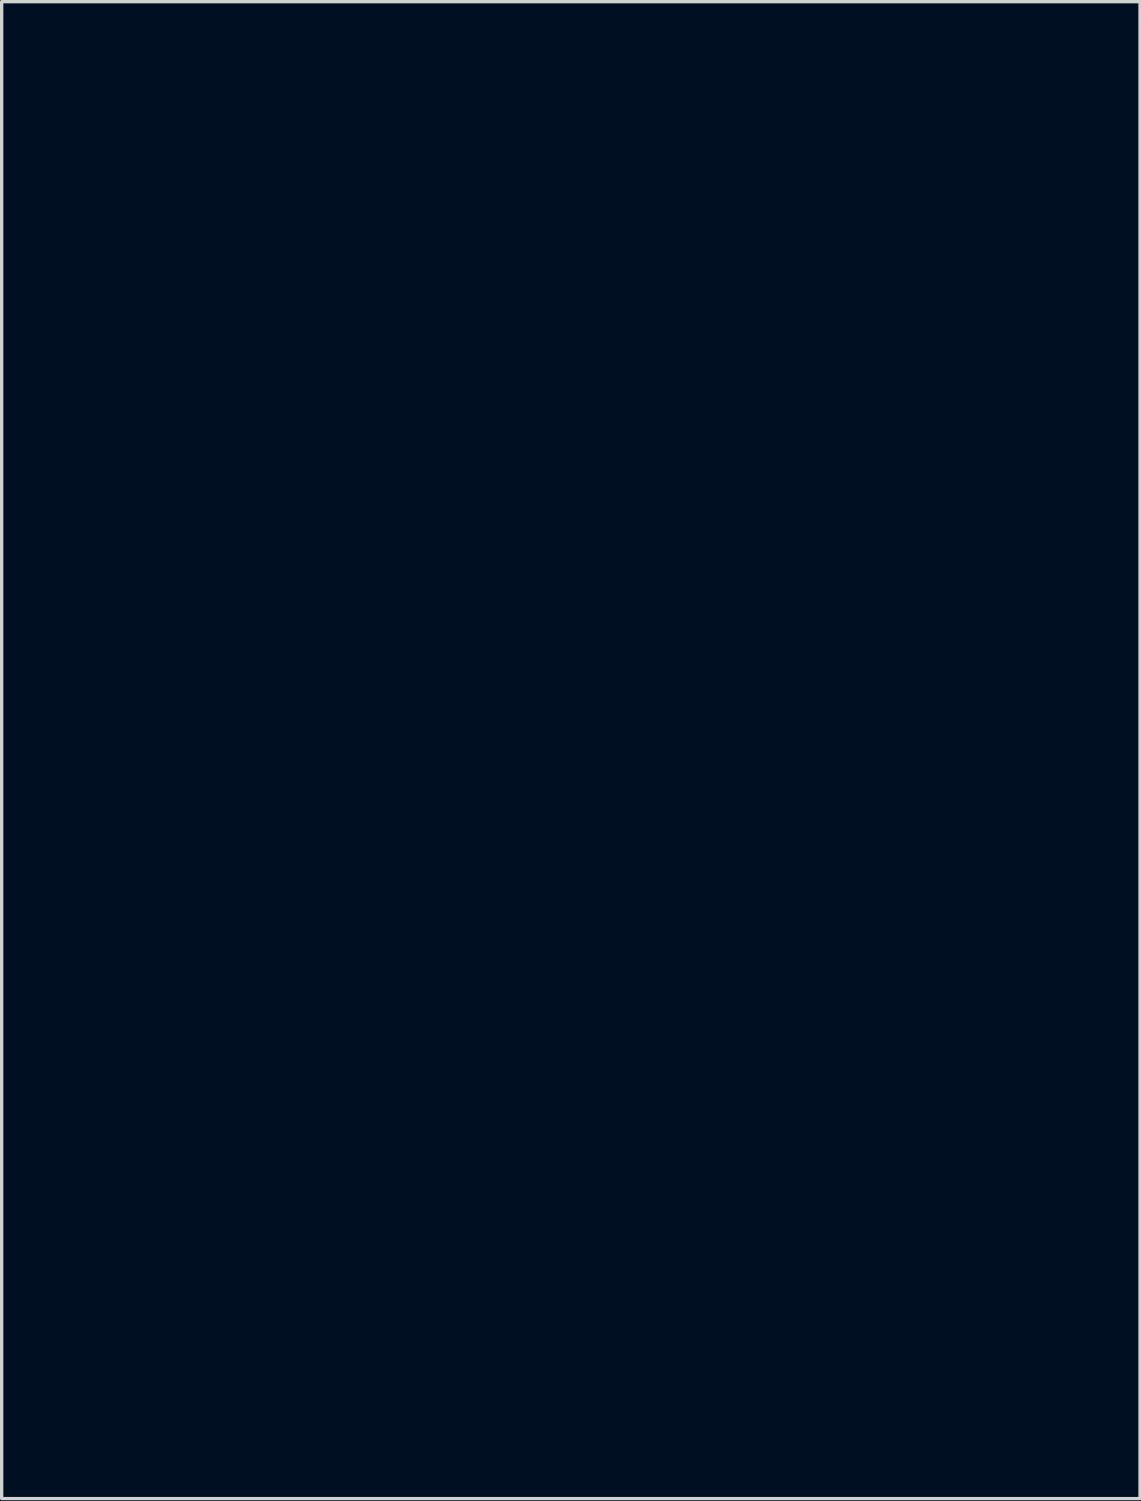
<source format=kicad_pcb>
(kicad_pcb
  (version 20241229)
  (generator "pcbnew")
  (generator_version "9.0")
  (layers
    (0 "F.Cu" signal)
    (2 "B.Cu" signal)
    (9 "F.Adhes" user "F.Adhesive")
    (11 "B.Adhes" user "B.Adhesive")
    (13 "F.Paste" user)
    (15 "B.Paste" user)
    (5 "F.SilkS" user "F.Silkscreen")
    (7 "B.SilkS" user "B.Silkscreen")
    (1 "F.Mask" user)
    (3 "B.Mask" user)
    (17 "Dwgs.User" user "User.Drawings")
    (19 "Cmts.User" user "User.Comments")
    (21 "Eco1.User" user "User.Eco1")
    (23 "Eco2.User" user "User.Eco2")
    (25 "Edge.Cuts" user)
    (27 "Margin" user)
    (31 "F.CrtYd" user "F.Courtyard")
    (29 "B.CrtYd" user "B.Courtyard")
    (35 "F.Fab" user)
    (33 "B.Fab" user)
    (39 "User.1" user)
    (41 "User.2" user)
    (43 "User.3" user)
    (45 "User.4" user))
  (footprint "logo_silver_bk"
    (layer "F.Cu")
    (at 8.562 19.241)
    (property "Reference" "logo_silver_bk" (at 0 0 0) (layer "F.Mask") (effects (font (size 1.524 1.524) (thickness 0.3))))
    (attr board_only exclude_from_pos_files exclude_from_bom)
    (fp_poly (pts (xy -8.538 -19.014) (xy -8.55 -19.002) (xy -8.562 -19.014) (xy -8.55 -19.026)) (stroke (width 0) (type solid)) (fill yes) (layer "F.Mask"))
    (fp_poly (pts (xy -8.229 -19.062) (xy -8.241 -19.05) (xy -8.253 -19.062) (xy -8.241 -19.074)) (stroke (width 0) (type solid)) (fill yes) (layer "F.Mask"))
    (fp_poly (pts (xy -7.634 -19.133) (xy -7.646 -19.121) (xy -7.658 -19.133) (xy -7.646 -19.145)) (stroke (width 0) (type solid)) (fill yes) (layer "F.Mask"))
    (fp_poly (pts (xy -7.325 -19.157) (xy -7.337 -19.145) (xy -7.349 -19.157) (xy -7.337 -19.169)) (stroke (width 0) (type solid)) (fill yes) (layer "F.Mask"))
    (fp_poly (pts (xy -6.945 -19.181) (xy -6.956 -19.169) (xy -6.968 -19.181) (xy -6.956 -19.193)) (stroke (width 0) (type solid)) (fill yes) (layer "F.Mask"))
    (fp_poly (pts (xy -6.588 14.829) (xy -6.6 14.84) (xy -6.612 14.829) (xy -6.6 14.817)) (stroke (width 0) (type solid)) (fill yes) (layer "F.Mask"))
    (fp_poly (pts (xy -6.516 14.519) (xy -6.528 14.531) (xy -6.54 14.519) (xy -6.528 14.507)) (stroke (width 0) (type solid)) (fill yes) (layer "F.Mask"))
    (fp_poly (pts (xy -6.398 12.783) (xy -6.409 12.795) (xy -6.421 12.783) (xy -6.409 12.771)) (stroke (width 0) (type solid)) (fill yes) (layer "F.Mask"))
    (fp_poly (pts (xy -4.055 19.645) (xy -5.268 19.645) (xy -4.965 19.341) (xy -4.661 19.038)) (stroke (width 0) (type solid)) (fill yes) (layer "F.Mask"))
    (fp_poly (pts (xy -2.997 -13.663) (xy -3.009 -13.651) (xy -3.02 -13.663) (xy -3.009 -13.675)) (stroke (width 0) (type solid)) (fill yes) (layer "F.Mask"))
    (fp_poly (pts (xy 1.849 19.341) (xy 2.152 19.645) (xy 0.94 19.645) (xy 1.546 19.038)) (stroke (width 0) (type solid)) (fill yes) (layer "F.Mask"))
    (fp_poly (pts (xy 12.082 -12.022) (xy 12.07 -12.01) (xy 12.058 -12.022) (xy 12.07 -12.034)) (stroke (width 0) (type solid)) (fill yes) (layer "F.Mask"))
    (fp_poly (pts (xy 12.343 -13.402) (xy 12.331 -13.39) (xy 12.319 -13.402) (xy 12.331 -13.413)) (stroke (width 0) (type solid)) (fill yes) (layer "F.Mask"))
    (fp_poly (pts (xy 1.439 11.035) (xy 0.701 11.772) (xy -0.375 10.696) (xy -1.451 9.62) (xy -0.713 8.883)) (stroke (width 0) (type solid)) (fill yes) (layer "F.Mask"))
    (fp_poly (pts (xy 1.439 17.242) (xy 0.701 17.98) (xy -0.375 16.903) (xy -1.451 15.827) (xy -0.713 15.09)) (stroke (width 0) (type solid)) (fill yes) (layer "F.Mask"))
    (fp_poly (pts (xy -3.092 18.919) (xy -2.367 19.645) (xy -3.842 19.645) (xy -4.554 18.931) (xy -4.185 18.562) (xy -3.817 18.194)) (stroke (width 0) (type solid)) (fill yes) (layer "F.Mask"))
    (fp_poly (pts (xy -2.267 -13.025) (xy -2.264 -12.997) (xy -2.267 -12.993) (xy -2.281 -12.997) (xy -2.283 -13.009) (xy -2.274 -13.029)) (stroke (width 0) (type solid)) (fill yes) (layer "F.Mask"))
    (fp_poly (pts (xy -1.665 15.828) (xy -2.741 16.904) (xy -3.818 17.98) (xy -4.554 17.242) (xy -3.478 16.166) (xy -2.402 15.09)) (stroke (width 0) (type solid)) (fill yes) (layer "F.Mask"))
    (fp_poly (pts (xy 1.07 18.562) (xy 1.438 18.931) (xy 0.726 19.645) (xy -0.749 19.645) (xy -0.024 18.919) (xy 0.701 18.194)) (stroke (width 0) (type solid)) (fill yes) (layer "F.Mask"))
    (fp_poly (pts (xy 5.387 14.983) (xy 5.018 15.352) (xy 4.649 15.721) (xy 4.281 15.352) (xy 3.913 14.983) (xy 4.649 14.246)) (stroke (width 0) (type solid)) (fill yes) (layer "F.Mask"))
    (fp_poly (pts (xy 6.556 18.511) (xy 6.559 18.539) (xy 6.556 18.543) (xy 6.542 18.539) (xy 6.54 18.527) (xy 6.549 18.507)) (stroke (width 0) (type solid)) (fill yes) (layer "F.Mask"))
    (fp_poly (pts (xy 8.555 -11.882) (xy 8.548 -11.871) (xy 8.524 -11.869) (xy 8.499 -11.875) (xy 8.51 -11.884) (xy 8.547 -11.887)) (stroke (width 0) (type solid)) (fill yes) (layer "F.Mask"))
    (fp_poly (pts (xy 10.743 -12.001) (xy 10.736 -11.99) (xy 10.712 -11.988) (xy 10.687 -11.994) (xy 10.698 -12.003) (xy 10.735 -12.006)) (stroke (width 0) (type solid)) (fill yes) (layer "F.Mask"))
    (fp_poly (pts (xy -1.189 14.614) (xy -0.821 14.983) (xy -1.189 15.352) (xy -1.558 15.721) (xy -1.926 15.352) (xy -2.294 14.983) (xy -1.558 14.246)) (stroke (width 0) (type solid)) (fill yes) (layer "F.Mask"))
    (fp_poly (pts (xy 3.116 18.919) (xy 3.841 19.645) (xy 2.366 19.645) (xy 2.01 19.288) (xy 1.653 18.931) (xy 2.022 18.562) (xy 2.39 18.194)) (stroke (width 0) (type solid)) (fill yes) (layer "F.Mask"))
    (fp_poly (pts (xy 10.889 -12.191) (xy 10.914 -12.167) (xy 10.909 -12.153) (xy 10.906 -12.153) (xy 10.886 -12.17) (xy 10.878 -12.18) (xy 10.876 -12.197)) (stroke (width 0) (type solid)) (fill yes) (layer "F.Mask"))
    (fp_poly (pts (xy 11.918 -11.955) (xy 11.934 -11.916) (xy 11.932 -11.9) (xy 11.916 -11.909) (xy 11.906 -11.928) (xy 11.893 -11.973) (xy 11.898 -11.982)) (stroke (width 0) (type solid)) (fill yes) (layer "F.Mask"))
    (fp_poly (pts (xy -4.227 6.881) (xy -4.226 6.889) (xy -4.263 6.892) (xy -4.269 6.892) (xy -4.306 6.889) (xy -4.302 6.882) (xy -4.298 6.881) (xy -4.246 6.877)) (stroke (width 0) (type solid)) (fill yes) (layer "F.Mask"))
    (fp_poly (pts (xy 5.813 15.165) (xy 5.853 15.276) (xy 5.885 15.369) (xy 5.907 15.438) (xy 5.914 15.472) (xy 5.914 15.475) (xy 5.902 15.46) (xy 5.88 15.41) (xy 5.853 15.336) (xy 5.853 15.336) (xy 5.781 15.183) (xy 5.704 15.087) (xy 5.606 14.987) (xy 5.654 14.926) (xy 5.702 14.866)) (stroke (width 0) (type solid)) (fill yes) (layer "F.Mask"))
    (fp_poly (pts (xy 6.536 18.597) (xy 6.537 18.661) (xy 6.539 18.758) (xy 6.54 18.883) (xy 6.54 19.029) (xy 6.54 19.109) (xy 6.54 19.645) (xy 5.459 19.645) (xy 5.993 19.109) (xy 6.124 18.979) (xy 6.243 18.86) (xy 6.347 18.757) (xy 6.432 18.673) (xy 6.494 18.612) (xy 6.528 18.579) (xy 6.534 18.574)) (stroke (width 0) (type solid)) (fill yes) (layer "F.Mask"))
    (fp_poly (pts (xy -4.293 17.718) (xy -3.924 18.086) (xy -4.287 18.449) (xy -4.394 18.556) (xy -4.489 18.65) (xy -4.568 18.727) (xy -4.626 18.782) (xy -4.658 18.81) (xy -4.661 18.812) (xy -4.681 18.796) (xy -4.729 18.751) (xy -4.801 18.682) (xy -4.891 18.594) (xy -4.994 18.491) (xy -5.036 18.449) (xy -5.399 18.086) (xy -4.661 17.35)) (stroke (width 0) (type solid)) (fill yes) (layer "F.Mask"))
    (fp_poly (pts (xy -4.293 11.511) (xy -3.924 11.879) (xy -4.287 12.242) (xy -4.394 12.349) (xy -4.489 12.443) (xy -4.568 12.52) (xy -4.626 12.575) (xy -4.658 12.602) (xy -4.661 12.605) (xy -4.681 12.589) (xy -4.729 12.544) (xy -4.801 12.475) (xy -4.891 12.387) (xy -4.994 12.284) (xy -5.036 12.242) (xy -5.399 11.879) (xy -5.03 11.511) (xy -4.661 11.143)) (stroke (width 0) (type solid)) (fill yes) (layer "F.Mask"))
    (fp_poly (pts (xy -1.534 8.078) (xy -1.483 8.124) (xy -1.409 8.193) (xy -1.317 8.281) (xy -1.213 8.383) (xy -1.177 8.419) (xy -0.821 8.776) (xy -1.19 9.145) (xy -1.558 9.513) (xy -1.926 9.145) (xy -2.294 8.776) (xy -1.938 8.419) (xy -1.832 8.313) (xy -1.735 8.22) (xy -1.655 8.144) (xy -1.595 8.09) (xy -1.562 8.064) (xy -1.558 8.062)) (stroke (width 0) (type solid)) (fill yes) (layer "F.Mask"))
    (fp_poly (pts (xy 1.915 11.511) (xy 2.283 11.879) (xy 1.921 12.242) (xy 1.814 12.349) (xy 1.718 12.443) (xy 1.639 12.52) (xy 1.581 12.575) (xy 1.55 12.602) (xy 1.546 12.605) (xy 1.526 12.589) (xy 1.478 12.544) (xy 1.406 12.475) (xy 1.317 12.387) (xy 1.213 12.284) (xy 1.171 12.242) (xy 0.809 11.879) (xy 1.177 11.511) (xy 1.546 11.143)) (stroke (width 0) (type solid)) (fill yes) (layer "F.Mask"))
    (fp_poly (pts (xy -2.045 9.239) (xy -1.94 9.346) (xy -1.846 9.443) (xy -1.77 9.523) (xy -1.717 9.583) (xy -1.69 9.616) (xy -1.689 9.62) (xy -1.705 9.641) (xy -1.752 9.692) (xy -1.828 9.771) (xy -1.928 9.875) (xy -2.051 10) (xy -2.193 10.145) (xy -2.352 10.306) (xy -2.525 10.48) (xy -2.709 10.664) (xy -2.753 10.708) (xy -3.818 11.773) (xy -4.186 11.404) (xy -4.554 11.035) (xy -2.402 8.883)) (stroke (width 0) (type solid)) (fill yes) (layer "F.Mask"))
    (fp_poly (pts (xy 4.162 15.447) (xy 4.268 15.554) (xy 4.361 15.65) (xy 4.437 15.73) (xy 4.491 15.79) (xy 4.517 15.823) (xy 4.519 15.827) (xy 4.502 15.848) (xy 4.455 15.899) (xy 4.38 15.978) (xy 4.279 16.082) (xy 4.156 16.208) (xy 4.014 16.352) (xy 3.855 16.513) (xy 3.682 16.687) (xy 3.498 16.872) (xy 3.454 16.916) (xy 2.39 17.98) (xy 2.022 17.611) (xy 1.653 17.242) (xy 3.805 15.09)) (stroke (width 0) (type solid)) (fill yes) (layer "F.Mask"))
    (fp_poly (pts (xy 2.622 13.907) (xy 3.698 14.983) (xy 2.628 16.053) (xy 2.441 16.24) (xy 2.265 16.416) (xy 2.101 16.579) (xy 1.953 16.726) (xy 1.823 16.854) (xy 1.715 16.961) (xy 1.631 17.043) (xy 1.574 17.098) (xy 1.548 17.122) (xy 1.546 17.124) (xy 1.527 17.107) (xy 1.478 17.06) (xy 1.401 16.985) (xy 1.299 16.884) (xy 1.175 16.762) (xy 1.031 16.619) (xy 0.871 16.46) (xy 0.698 16.287) (xy 0.514 16.103) (xy 0.464 16.053) (xy -0.606 14.983) (xy 0.47 13.907) (xy 1.546 12.831)) (stroke (width 0) (type solid)) (fill yes) (layer "F.Mask"))
    (fp_poly (pts (xy 1.903 17.706) (xy 2.008 17.813) (xy 2.102 17.909) (xy 2.178 17.99) (xy 2.231 18.049) (xy 2.258 18.083) (xy 2.259 18.087) (xy 2.243 18.109) (xy 2.2 18.158) (xy 2.134 18.228) (xy 2.052 18.314) (xy 1.961 18.408) (xy 1.866 18.504) (xy 1.773 18.597) (xy 1.689 18.681) (xy 1.619 18.749) (xy 1.569 18.794) (xy 1.546 18.812) (xy 1.545 18.812) (xy 1.526 18.796) (xy 1.478 18.751) (xy 1.406 18.682) (xy 1.317 18.594) (xy 1.213 18.492) (xy 1.171 18.449) (xy 0.809 18.086) (xy 1.177 17.718) (xy 1.546 17.35)) (stroke (width 0) (type solid)) (fill yes) (layer "F.Mask"))
    (fp_poly (pts (xy 5.715 15.305) (xy 5.937 15.518) (xy 6.048 15.875) (xy 6.099 16.048) (xy 6.152 16.234) (xy 6.204 16.429) (xy 6.254 16.625) (xy 6.301 16.818) (xy 6.343 17) (xy 6.38 17.167) (xy 6.408 17.312) (xy 6.429 17.429) (xy 6.439 17.513) (xy 6.437 17.557) (xy 6.437 17.558) (xy 6.427 17.563) (xy 6.423 17.54) (xy 6.406 17.512) (xy 6.356 17.453) (xy 6.276 17.364) (xy 6.167 17.249) (xy 6.031 17.107) (xy 5.87 16.943) (xy 5.685 16.756) (xy 5.589 16.66) (xy 4.756 15.827) (xy 5.125 15.459) (xy 5.493 15.092)) (stroke (width 0) (type solid)) (fill yes) (layer "F.Mask"))
    (fp_poly (pts (xy 0.725 12.026) (xy 0.777 12.072) (xy 0.851 12.141) (xy 0.942 12.229) (xy 1.046 12.331) (xy 1.082 12.367) (xy 1.438 12.724) (xy 0.369 13.794) (xy 0.182 13.981) (xy 0.005 14.157) (xy -0.158 14.32) (xy -0.307 14.467) (xy -0.436 14.595) (xy -0.544 14.701) (xy -0.628 14.784) (xy -0.685 14.838) (xy -0.712 14.863) (xy -0.714 14.864) (xy -0.733 14.848) (xy -0.781 14.803) (xy -0.853 14.734) (xy -0.943 14.646) (xy -1.046 14.544) (xy -1.088 14.501) (xy -1.451 14.138) (xy -0.386 13.074) (xy -0.2 12.888) (xy -0.023 12.713) (xy 0.141 12.55) (xy 0.29 12.404) (xy 0.42 12.276) (xy 0.529 12.17) (xy 0.614 12.089) (xy 0.672 12.035) (xy 0.7 12.011) (xy 0.702 12.01)) (stroke (width 0) (type solid)) (fill yes) (layer "F.Mask"))
    (fp_poly (pts (xy -1.537 9.767) (xy -1.486 9.814) (xy -1.409 9.888) (xy -1.308 9.985) (xy -1.189 10.102) (xy -1.053 10.235) (xy -0.905 10.382) (xy -0.749 10.537) (xy -0.586 10.699) (xy -0.422 10.864) (xy -0.259 11.027) (xy -0.101 11.185) (xy 0.048 11.336) (xy 0.185 11.475) (xy 0.307 11.6) (xy 0.41 11.706) (xy 0.49 11.789) (xy 0.545 11.848) (xy 0.57 11.877) (xy 0.571 11.88) (xy 0.554 11.9) (xy 0.507 11.951) (xy 0.432 12.03) (xy 0.331 12.134) (xy 0.208 12.26) (xy 0.066 12.405) (xy -0.093 12.565) (xy -0.266 12.739) (xy -0.45 12.924) (xy -0.494 12.968) (xy -1.558 14.032) (xy -2.634 12.956) (xy -3.71 11.879) (xy -2.646 10.815) (xy -2.459 10.629) (xy -2.283 10.453) (xy -2.118 10.291) (xy -1.97 10.145) (xy -1.839 10.017) (xy -1.73 9.911) (xy -1.645 9.83) (xy -1.587 9.776) (xy -1.559 9.752) (xy -1.558 9.751)) (stroke (width 0) (type solid)) (fill yes) (layer "F.Mask"))
    (fp_poly (pts (xy 4.112 -14.718) (xy 4.234 -14.682) (xy 4.339 -14.65) (xy 4.418 -14.623) (xy 4.463 -14.605) (xy 4.471 -14.6) (xy 4.455 -14.579) (xy 4.409 -14.532) (xy 4.339 -14.462) (xy 4.25 -14.376) (xy 4.148 -14.279) (xy 4.139 -14.271) (xy 3.807 -13.957) (xy 3.372 -13.84) (xy 3.274 -13.815) (xy 3.146 -13.783) (xy 2.994 -13.747) (xy 2.825 -13.708) (xy 2.645 -13.667) (xy 2.46 -13.626) (xy 2.276 -13.585) (xy 2.1 -13.547) (xy 1.938 -13.512) (xy 1.796 -13.483) (xy 1.681 -13.46) (xy 1.598 -13.444) (xy 1.554 -13.438) (xy 1.551 -13.438) (xy 1.556 -13.452) (xy 1.59 -13.485) (xy 1.605 -13.498) (xy 1.651 -13.534) (xy 1.724 -13.592) (xy 1.817 -13.664) (xy 1.919 -13.743) (xy 1.943 -13.761) (xy 2.21 -13.965) (xy 2.655 -14.081) (xy 3.101 -14.197) (xy 3.233 -14.322) (xy 3.308 -14.394) (xy 3.403 -14.485) (xy 3.502 -14.581) (xy 3.559 -14.635) (xy 3.752 -14.822)) (stroke (width 0) (type solid)) (fill yes) (layer "F.Mask"))
    (fp_poly (pts (xy -3.796 12.027) (xy -3.745 12.073) (xy -3.668 12.147) (xy -3.568 12.244) (xy -3.448 12.361) (xy -3.313 12.495) (xy -3.165 12.641) (xy -3.008 12.797) (xy -2.846 12.959) (xy -2.681 13.123) (xy -2.518 13.286) (xy -2.361 13.445) (xy -2.211 13.596) (xy -2.074 13.735) (xy -1.952 13.859) (xy -1.849 13.965) (xy -1.769 14.049) (xy -1.715 14.107) (xy -1.69 14.137) (xy -1.689 14.139) (xy -1.705 14.161) (xy -1.748 14.21) (xy -1.814 14.281) (xy -1.896 14.366) (xy -1.987 14.46) (xy -2.082 14.556) (xy -2.175 14.649) (xy -2.259 14.733) (xy -2.329 14.8) (xy -2.379 14.846) (xy -2.402 14.864) (xy -2.402 14.864) (xy -2.421 14.848) (xy -2.47 14.801) (xy -2.547 14.725) (xy -2.649 14.625) (xy -2.773 14.502) (xy -2.917 14.36) (xy -3.077 14.201) (xy -3.25 14.028) (xy -3.434 13.844) (xy -3.484 13.794) (xy -4.554 12.724) (xy -4.198 12.367) (xy -4.091 12.261) (xy -3.995 12.168) (xy -3.914 12.092) (xy -3.855 12.038) (xy -3.822 12.012) (xy -3.817 12.01)) (stroke (width 0) (type solid)) (fill yes) (layer "F.Mask"))
    (fp_poly (pts (xy 2.411 12.027) (xy 2.462 12.073) (xy 2.539 12.147) (xy 2.639 12.244) (xy 2.759 12.361) (xy 2.895 12.495) (xy 3.042 12.641) (xy 3.199 12.797) (xy 3.362 12.959) (xy 3.526 13.123) (xy 3.689 13.286) (xy 3.847 13.445) (xy 3.996 13.596) (xy 4.133 13.735) (xy 4.255 13.859) (xy 4.358 13.965) (xy 4.438 14.049) (xy 4.493 14.107) (xy 4.517 14.137) (xy 4.519 14.139) (xy 4.503 14.161) (xy 4.459 14.21) (xy 4.393 14.281) (xy 4.312 14.366) (xy 4.22 14.46) (xy 4.125 14.556) (xy 4.033 14.649) (xy 3.948 14.733) (xy 3.878 14.8) (xy 3.828 14.846) (xy 3.805 14.864) (xy 3.805 14.864) (xy 3.786 14.848) (xy 3.737 14.801) (xy 3.66 14.725) (xy 3.558 14.625) (xy 3.434 14.502) (xy 3.291 14.36) (xy 3.131 14.201) (xy 2.957 14.028) (xy 2.773 13.844) (xy 2.723 13.794) (xy 1.653 12.724) (xy 2.01 12.367) (xy 2.116 12.261) (xy 2.213 12.168) (xy 2.293 12.092) (xy 2.353 12.038) (xy 2.386 12.012) (xy 2.39 12.01)) (stroke (width 0) (type solid)) (fill yes) (layer "F.Mask"))
    (fp_poly (pts (xy -4.105 6.902) (xy -4.023 6.917) (xy -3.911 6.939) (xy -3.778 6.967) (xy -3.63 6.999) (xy -3.477 7.033) (xy -3.327 7.067) (xy -3.187 7.101) (xy -3.066 7.131) (xy -3.056 7.134) (xy -2.915 7.172) (xy -2.764 7.214) (xy -2.608 7.259) (xy -2.457 7.304) (xy -2.316 7.347) (xy -2.193 7.387) (xy -2.094 7.42) (xy -2.028 7.444) (xy -2.001 7.457) (xy -2.007 7.464) (xy -2.052 7.453) (xy -2.139 7.426) (xy -2.14 7.426) (xy -2.137 7.437) (xy -2.105 7.477) (xy -2.049 7.54) (xy -1.973 7.62) (xy -1.921 7.673) (xy -1.665 7.932) (xy -2.028 8.295) (xy -2.135 8.401) (xy -2.231 8.495) (xy -2.31 8.572) (xy -2.367 8.627) (xy -2.399 8.654) (xy -2.402 8.657) (xy -2.421 8.641) (xy -2.47 8.594) (xy -2.546 8.519) (xy -2.647 8.421) (xy -2.768 8.301) (xy -2.907 8.163) (xy -3.061 8.01) (xy -3.226 7.845) (xy -3.295 7.777) (xy -3.462 7.609) (xy -3.619 7.451) (xy -3.761 7.307) (xy -3.885 7.18) (xy -3.989 7.072) (xy -4.069 6.988) (xy -4.123 6.929) (xy -4.148 6.9) (xy -4.149 6.897)) (stroke (width 0) (type solid)) (fill yes) (layer "F.Mask"))
    (fp_poly (pts (xy 4.671 15.975) (xy 4.722 16.022) (xy 4.8 16.096) (xy 4.902 16.195) (xy 5.025 16.315) (xy 5.166 16.453) (xy 5.32 16.606) (xy 5.486 16.771) (xy 5.553 16.839) (xy 5.748 17.033) (xy 5.911 17.196) (xy 6.047 17.331) (xy 6.157 17.439) (xy 6.244 17.523) (xy 6.312 17.586) (xy 6.362 17.63) (xy 6.398 17.657) (xy 6.421 17.671) (xy 6.436 17.673) (xy 6.445 17.666) (xy 6.449 17.653) (xy 6.466 17.587) (xy 6.464 17.659) (xy 6.467 17.723) (xy 6.476 17.766) (xy 6.487 17.814) (xy 6.501 17.895) (xy 6.515 17.994) (xy 6.528 18.098) (xy 6.537 18.191) (xy 6.54 18.259) (xy 6.54 18.26) (xy 6.539 18.284) (xy 6.532 18.309) (xy 6.518 18.338) (xy 6.492 18.375) (xy 6.452 18.424) (xy 6.394 18.488) (xy 6.315 18.57) (xy 6.213 18.674) (xy 6.084 18.805) (xy 5.925 18.964) (xy 5.892 18.997) (xy 5.244 19.645) (xy 4.055 19.645) (xy 3.276 18.866) (xy 2.497 18.087) (xy 3.562 17.022) (xy 3.748 16.836) (xy 3.925 16.661) (xy 4.089 16.498) (xy 4.238 16.352) (xy 4.368 16.224) (xy 4.477 16.118) (xy 4.562 16.037) (xy 4.62 15.983) (xy 4.648 15.959) (xy 4.65 15.958)) (stroke (width 0) (type solid)) (fill yes) (layer "F.Mask"))
    (fp_poly (pts (xy -1.537 15.975) (xy -1.486 16.021) (xy -1.409 16.095) (xy -1.308 16.192) (xy -1.189 16.309) (xy -1.053 16.443) (xy -0.905 16.589) (xy -0.749 16.745) (xy -0.586 16.907) (xy -0.422 17.071) (xy -0.259 17.234) (xy -0.101 17.393) (xy 0.048 17.544) (xy 0.185 17.683) (xy 0.307 17.807) (xy 0.41 17.913) (xy 0.49 17.997) (xy 0.545 18.055) (xy 0.57 18.084) (xy 0.571 18.087) (xy 0.554 18.108) (xy 0.508 18.159) (xy 0.434 18.237) (xy 0.336 18.338) (xy 0.219 18.459) (xy 0.084 18.596) (xy -0.065 18.746) (xy -0.196 18.878) (xy -0.963 19.645) (xy -2.153 19.645) (xy -2.919 18.877) (xy -3.077 18.72) (xy -3.223 18.572) (xy -3.355 18.437) (xy -3.47 18.32) (xy -3.564 18.222) (xy -3.633 18.149) (xy -3.675 18.102) (xy -3.686 18.087) (xy -3.67 18.066) (xy -3.623 18.015) (xy -3.55 17.938) (xy -3.452 17.837) (xy -3.335 17.718) (xy -3.202 17.582) (xy -3.056 17.434) (xy -2.9 17.278) (xy -2.738 17.115) (xy -2.574 16.951) (xy -2.41 16.788) (xy -2.252 16.63) (xy -2.101 16.481) (xy -1.962 16.344) (xy -1.838 16.222) (xy -1.732 16.119) (xy -1.648 16.039) (xy -1.59 15.984) (xy -1.56 15.959) (xy -1.558 15.958)) (stroke (width 0) (type solid)) (fill yes) (layer "F.Mask"))
    (fp_poly (pts (xy 12.194 -13.177) (xy 12.197 -13.116) (xy 12.199 -13.024) (xy 12.2 -12.909) (xy 12.201 -12.863) (xy 12.201 -12.528) (xy 12.082 -12.308) (xy 12.033 -12.216) (xy 11.993 -12.14) (xy 11.969 -12.09) (xy 11.963 -12.075) (xy 11.982 -12.058) (xy 12.004 -12.05) (xy 12.034 -12.041) (xy 12.017 -12.038) (xy 12.004 -12.037) (xy 11.975 -12.03) (xy 11.907 -12.012) (xy 11.806 -11.985) (xy 11.68 -11.95) (xy 11.536 -11.91) (xy 11.379 -11.866) (xy 11.218 -11.82) (xy 11.058 -11.775) (xy 10.907 -11.732) (xy 10.77 -11.693) (xy 10.656 -11.66) (xy 10.571 -11.634) (xy 10.521 -11.619) (xy 10.518 -11.618) (xy 10.491 -11.616) (xy 10.488 -11.621) (xy 10.503 -11.643) (xy 10.544 -11.691) (xy 10.604 -11.759) (xy 10.655 -11.815) (xy 10.735 -11.905) (xy 10.781 -11.967) (xy 10.797 -12.003) (xy 10.791 -12.014) (xy 10.782 -12.029) (xy 10.811 -12.034) (xy 10.847 -12.052) (xy 10.913 -12.106) (xy 11.009 -12.196) (xy 11.136 -12.322) (xy 11.283 -12.473) (xy 11.418 -12.614) (xy 11.528 -12.725) (xy 11.617 -12.812) (xy 11.694 -12.881) (xy 11.763 -12.937) (xy 11.832 -12.987) (xy 11.906 -13.035) (xy 11.941 -13.056) (xy 12.036 -13.112) (xy 12.114 -13.158) (xy 12.168 -13.189) (xy 12.19 -13.199)) (stroke (width 0) (type solid)) (fill yes) (layer "F.Mask"))
    (fp_poly (pts (xy -1.942 7.481) (xy -1.88 7.501) (xy -1.789 7.534) (xy -1.676 7.577) (xy -1.548 7.627) (xy -1.413 7.681) (xy -1.277 7.737) (xy -1.148 7.792) (xy -1.053 7.834) (xy -0.37 8.164) (xy 0.296 8.538) (xy 0.946 8.956) (xy 1.581 9.417) (xy 1.987 9.742) (xy 2.128 9.864) (xy 2.292 10.014) (xy 2.474 10.185) (xy 2.665 10.37) (xy 2.859 10.563) (xy 3.048 10.756) (xy 3.227 10.942) (xy 3.387 11.114) (xy 3.522 11.265) (xy 3.578 11.332) (xy 4.042 11.921) (xy 4.462 12.516) (xy 4.842 13.123) (xy 5.185 13.748) (xy 5.497 14.397) (xy 5.53 14.472) (xy 5.598 14.627) (xy 5.646 14.741) (xy 5.674 14.813) (xy 5.683 14.844) (xy 5.672 14.831) (xy 5.652 14.798) (xy 5.622 14.744) (xy 5.566 14.804) (xy 5.524 14.844) (xy 5.497 14.864) (xy 5.495 14.864) (xy 5.475 14.848) (xy 5.427 14.803) (xy 5.355 14.734) (xy 5.265 14.646) (xy 5.161 14.543) (xy 5.119 14.501) (xy 4.756 14.138) (xy 4.957 13.938) (xy 5.158 13.738) (xy 5.121 13.668) (xy 5.085 13.597) (xy 4.867 13.814) (xy 4.65 14.032) (xy 3.574 12.956) (xy 2.497 11.88) (xy 2.907 11.47) (xy 3.317 11.059) (xy 3.264 11.006) (xy 3.21 10.953) (xy 2.39 11.773) (xy 2.022 11.404) (xy 1.653 11.035) (xy 2.069 10.619) (xy 2.484 10.203) (xy 2.431 10.15) (xy 2.378 10.097) (xy 1.962 10.512) (xy 1.546 10.928) (xy 0.47 9.852) (xy -0.606 8.776) (xy -0.371 8.541) (xy -0.136 8.305) (xy -0.205 8.268) (xy -0.274 8.232) (xy -0.494 8.45) (xy -0.714 8.668) (xy -1.082 8.3) (xy -1.45 7.933) (xy -1.276 7.755) (xy -1.341 7.73) (xy -1.402 7.71) (xy -1.44 7.713) (xy -1.479 7.745) (xy -1.499 7.766) (xy -1.555 7.826) (xy -1.711 7.673) (xy -1.787 7.603) (xy -1.856 7.546) (xy -1.908 7.51) (xy -1.922 7.504) (xy -1.96 7.488) (xy -1.967 7.477)) (stroke (width 0) (type solid)) (fill yes) (layer "F.Mask"))
    (fp_poly (pts (xy -5.929 6.727) (xy -5.815 6.731) (xy -5.688 6.736) (xy -5.554 6.743) (xy -5.42 6.751) (xy -5.291 6.759) (xy -5.174 6.768) (xy -5.075 6.777) (xy -4.999 6.784) (xy -4.954 6.791) (xy -4.944 6.796) (xy -4.971 6.799) (xy -4.995 6.802) (xy -5.021 6.812) (xy -5.054 6.831) (xy -5.097 6.864) (xy -5.153 6.913) (xy -5.227 6.981) (xy -5.32 7.071) (xy -5.438 7.187) (xy -5.583 7.331) (xy -5.692 7.44) (xy -6.329 8.078) (xy -6.322 8.178) (xy -6.314 8.278) (xy -5.577 7.539) (xy -4.84 6.799) (xy -4.591 6.828) (xy -4.492 6.841) (xy -4.419 6.853) (xy -4.377 6.863) (xy -4.373 6.868) (xy -4.364 6.887) (xy -4.322 6.937) (xy -4.25 7.016) (xy -4.15 7.123) (xy -4.023 7.254) (xy -3.872 7.409) (xy -3.698 7.586) (xy -3.504 7.781) (xy -3.457 7.828) (xy -2.509 8.776) (xy -4.661 10.928) (xy -5.494 10.096) (xy -6.326 9.264) (xy -6.326 9.477) (xy -5.548 10.256) (xy -4.769 11.035) (xy -5.137 11.404) (xy -5.505 11.773) (xy -5.916 11.362) (xy -6.326 10.952) (xy -6.326 11.06) (xy -6.325 11.096) (xy -6.32 11.128) (xy -6.306 11.161) (xy -6.279 11.2) (xy -6.235 11.252) (xy -6.17 11.321) (xy -6.079 11.414) (xy -5.969 11.523) (xy -5.613 11.879) (xy -5.969 12.236) (xy -6.088 12.355) (xy -6.176 12.445) (xy -6.24 12.513) (xy -6.282 12.563) (xy -6.308 12.602) (xy -6.321 12.635) (xy -6.326 12.667) (xy -6.326 12.7) (xy -6.326 12.806) (xy -5.928 12.408) (xy -5.814 12.296) (xy -5.712 12.197) (xy -5.625 12.114) (xy -5.558 12.052) (xy -5.516 12.017) (xy -5.505 12.01) (xy -5.482 12.026) (xy -5.431 12.072) (xy -5.357 12.141) (xy -5.265 12.229) (xy -5.161 12.331) (xy -5.125 12.367) (xy -4.769 12.724) (xy -5.548 13.503) (xy -6.326 14.282) (xy -6.326 14.495) (xy -5.494 13.663) (xy -4.661 12.831) (xy -3.585 13.907) (xy -2.509 14.983) (xy -4.661 17.135) (xy -5.494 16.303) (xy -6.326 15.471) (xy -6.326 15.684) (xy -5.548 16.463) (xy -4.769 17.242) (xy -5.137 17.611) (xy -5.505 17.98) (xy -6.326 17.16) (xy -6.326 17.267) (xy -6.325 17.304) (xy -6.32 17.336) (xy -6.306 17.369) (xy -6.278 17.41) (xy -6.233 17.462) (xy -6.166 17.532) (xy -6.073 17.626) (xy -5.981 17.718) (xy -5.877 17.823) (xy -5.786 17.918) (xy -5.712 17.996) (xy -5.661 18.053) (xy -5.637 18.084) (xy -5.637 18.087) (xy -5.653 18.11) (xy -5.698 18.162) (xy -5.767 18.236) (xy -5.854 18.327) (xy -5.956 18.43) (xy -5.981 18.455) (xy -6.097 18.571) (xy -6.184 18.659) (xy -6.245 18.725) (xy -6.286 18.774) (xy -6.31 18.812) (xy -6.322 18.845) (xy -6.326 18.878) (xy -6.326 18.907) (xy -6.326 19.014) (xy -5.505 18.194) (xy -5.137 18.562) (xy -4.769 18.931) (xy -5.125 19.288) (xy -5.481 19.645) (xy -6.35 19.645) (xy -6.338 6.719)) (stroke (width 0) (type solid)) (fill yes) (layer "F.Mask"))
    (fp_poly (pts (xy 3.966 -15.453) (xy 4.032 -15.433) (xy 4.129 -15.403) (xy 4.25 -15.364) (xy 4.386 -15.319) (xy 4.408 -15.311) (xy 4.857 -15.162) (xy 5.233 -14.74) (xy 5.379 -14.58) (xy 5.518 -14.434) (xy 5.661 -14.292) (xy 5.816 -14.147) (xy 5.993 -13.988) (xy 6.146 -13.854) (xy 6.281 -13.736) (xy 6.404 -13.628) (xy 6.509 -13.534) (xy 6.594 -13.458) (xy 6.652 -13.404) (xy 6.681 -13.375) (xy 6.683 -13.372) (xy 6.669 -13.374) (xy 6.635 -13.404) (xy 6.634 -13.405) (xy 6.607 -13.428) (xy 6.578 -13.441) (xy 6.536 -13.442) (xy 6.467 -13.434) (xy 6.39 -13.422) (xy 6.282 -13.41) (xy 6.129 -13.401) (xy 5.931 -13.394) (xy 5.689 -13.391) (xy 5.531 -13.39) (xy 4.867 -13.39) (xy 4.472 -12.997) (xy 4.359 -12.886) (xy 4.258 -12.788) (xy 4.172 -12.706) (xy 4.107 -12.645) (xy 4.067 -12.611) (xy 4.057 -12.605) (xy 4.031 -12.617) (xy 3.972 -12.649) (xy 3.89 -12.697) (xy 3.792 -12.755) (xy 3.777 -12.764) (xy 3.663 -12.832) (xy 3.583 -12.876) (xy 3.528 -12.899) (xy 3.493 -12.904) (xy 3.477 -12.899) (xy 3.456 -12.866) (xy 3.426 -12.787) (xy 3.386 -12.662) (xy 3.337 -12.494) (xy 3.292 -12.326) (xy 3.25 -12.17) (xy 3.212 -12.03) (xy 3.18 -11.91) (xy 3.155 -11.818) (xy 3.139 -11.762) (xy 3.135 -11.747) (xy 3.122 -11.754) (xy 3.095 -11.798) (xy 3.058 -11.87) (xy 3.026 -11.941) (xy 2.981 -12.045) (xy 2.923 -12.178) (xy 2.859 -12.325) (xy 2.795 -12.472) (xy 2.773 -12.522) (xy 2.72 -12.643) (xy 2.67 -12.749) (xy 2.628 -12.832) (xy 2.599 -12.884) (xy 2.588 -12.898) (xy 2.556 -12.896) (xy 2.482 -12.877) (xy 2.369 -12.842) (xy 2.221 -12.791) (xy 2.038 -12.726) (xy 1.906 -12.678) (xy 1.74 -12.617) (xy 1.587 -12.562) (xy 1.455 -12.514) (xy 1.349 -12.476) (xy 1.274 -12.451) (xy 1.236 -12.439) (xy 1.233 -12.438) (xy 1.211 -12.454) (xy 1.159 -12.499) (xy 1.08 -12.57) (xy 0.98 -12.662) (xy 0.863 -12.772) (xy 0.731 -12.895) (xy 0.624 -12.997) (xy 0.485 -13.129) (xy 0.358 -13.25) (xy 0.34 -13.267) (xy 1.136 -13.267) (xy 1.165 -13.228) (xy 1.21 -13.208) (xy 1.233 -13.209) (xy 1.265 -13.217) (xy 1.338 -13.233) (xy 1.446 -13.256) (xy 1.584 -13.285) (xy 1.748 -13.32) (xy 1.93 -13.358) (xy 2.127 -13.399) (xy 2.129 -13.4) (xy 2.415 -13.461) (xy 2.697 -13.523) (xy 2.967 -13.585) (xy 3.22 -13.645) (xy 3.448 -13.702) (xy 3.645 -13.754) (xy 3.804 -13.799) (xy 3.838 -13.809) (xy 3.865 -13.828) (xy 3.921 -13.874) (xy 3.999 -13.942) (xy 4.093 -14.026) (xy 4.198 -14.121) (xy 4.307 -14.221) (xy 4.414 -14.321) (xy 4.514 -14.415) (xy 4.6 -14.497) (xy 4.666 -14.562) (xy 4.706 -14.604) (xy 4.714 -14.615) (xy 4.721 -14.641) (xy 4.707 -14.668) (xy 4.666 -14.696) (xy 4.596 -14.727) (xy 4.491 -14.764) (xy 4.348 -14.809) (xy 4.191 -14.855) (xy 3.709 -14.993) (xy 3.38 -14.665) (xy 3.052 -14.337) (xy 2.148 -14.111) (xy 1.651 -13.725) (xy 1.518 -13.621) (xy 1.396 -13.525) (xy 1.292 -13.441) (xy 1.21 -13.374) (xy 1.157 -13.328) (xy 1.136 -13.307) (xy 1.136 -13.267) (xy 0.34 -13.267) (xy 0.245 -13.356) (xy 0.151 -13.443) (xy 0.081 -13.508) (xy 0.037 -13.546) (xy 0.025 -13.556) (xy -0.004 -13.545) (xy -0.031 -13.51) (xy -0.058 -13.446) (xy -0.088 -13.346) (xy -0.12 -13.222) (xy -0.162 -13.054) (xy -0.208 -12.892) (xy -0.253 -12.743) (xy -0.297 -12.612) (xy -0.337 -12.507) (xy -0.37 -12.433) (xy -0.395 -12.399) (xy -0.397 -12.398) (xy -0.45 -12.4) (xy -0.531 -12.436) (xy -0.638 -12.501) (xy -0.767 -12.594) (xy -0.915 -12.713) (xy -1.078 -12.854) (xy -1.154 -12.923) (xy -1.376 -13.128) (xy -1.801 -13.128) (xy -1.963 -13.127) (xy -2.093 -13.123) (xy -2.188 -13.116) (xy -2.241 -13.108) (xy -2.251 -13.103) (xy -2.296 -13.091) (xy -2.333 -13.102) (xy -2.365 -13.124) (xy -2.424 -13.171) (xy -2.502 -13.237) (xy -2.591 -13.315) (xy -2.685 -13.399) (xy -2.776 -13.482) (xy -2.857 -13.558) (xy -2.921 -13.62) (xy -2.959 -13.661) (xy -2.968 -13.673) (xy -2.95 -13.69) (xy -2.898 -13.721) (xy -2.818 -13.763) (xy -2.73 -13.806) (xy -2.486 -13.921) (xy -2.232 -13.855) (xy -1.978 -13.789) (xy -1.792 -13.851) (xy -1.685 -13.885) (xy -1.603 -13.904) (xy -1.532 -13.908) (xy -1.454 -13.897) (xy -1.355 -13.872) (xy -1.286 -13.851) (xy -1.08 -13.79) (xy -0.451 -14.064) (xy 0.178 -14.338) (xy 0.999 -14.495) (xy 1.819 -14.652) (xy 2.868 -15.055) (xy 3.08 -15.137) (xy 3.278 -15.213) (xy 3.459 -15.281) (xy 3.617 -15.342) (xy 3.748 -15.391) (xy 3.849 -15.428) (xy 3.913 -15.452) (xy 3.938 -15.46)) (stroke (width 0) (type solid)) (fill yes) (layer "F.Mask"))
    (fp_poly (pts (xy -2.298 -19.241) (xy -1.836 -19.241) (xy -1.364 -19.241) (xy -0.883 -19.241) (xy -0.396 -19.24) (xy 0.095 -19.24) (xy 0.587 -19.239) (xy 1.078 -19.239) (xy 1.566 -19.238) (xy 2.048 -19.237) (xy 2.523 -19.236) (xy 2.988 -19.236) (xy 3.44 -19.235) (xy 3.878 -19.234) (xy 4.299 -19.233) (xy 4.7 -19.231) (xy 5.08 -19.23) (xy 5.435 -19.229) (xy 5.765 -19.228) (xy 6.066 -19.226) (xy 6.336 -19.225) (xy 6.573 -19.224) (xy 6.775 -19.222) (xy 6.939 -19.221) (xy 7.062 -19.219) (xy 7.144 -19.217) (xy 7.171 -19.216) (xy 7.961 -19.157) (xy 8.731 -19.054) (xy 9.484 -18.908) (xy 10.222 -18.719) (xy 10.947 -18.484) (xy 11.661 -18.205) (xy 12.366 -17.88) (xy 12.474 -17.826) (xy 13.163 -17.45) (xy 13.825 -17.037) (xy 14.459 -16.585) (xy 15.062 -16.098) (xy 15.635 -15.577) (xy 16.175 -15.023) (xy 16.681 -14.437) (xy 17.151 -13.821) (xy 17.585 -13.176) (xy 17.981 -12.503) (xy 18.215 -12.058) (xy 18.529 -11.385) (xy 18.798 -10.713) (xy 19.026 -10.035) (xy 19.212 -9.345) (xy 19.321 -8.847) (xy 19.346 -8.721) (xy 19.369 -8.596) (xy 19.389 -8.481) (xy 19.405 -8.38) (xy 19.418 -8.3) (xy 19.424 -8.246) (xy 19.424 -8.226) (xy 19.417 -8.245) (xy 19.414 -8.256) (xy 19.399 -8.276) (xy 19.359 -8.291) (xy 19.287 -8.303) (xy 19.197 -8.311) (xy 19.007 -8.332) (xy 18.806 -8.364) (xy 18.611 -8.404) (xy 18.441 -8.449) (xy 18.384 -8.467) (xy 18.259 -8.512) (xy 18.133 -8.567) (xy 17.999 -8.633) (xy 17.853 -8.715) (xy 17.687 -8.815) (xy 17.495 -8.938) (xy 17.286 -9.077) (xy 17.04 -9.239) (xy 16.823 -9.375) (xy 16.629 -9.488) (xy 16.451 -9.579) (xy 16.282 -9.654) (xy 16.116 -9.715) (xy 15.945 -9.765) (xy 15.763 -9.808) (xy 15.725 -9.816) (xy 15.596 -9.835) (xy 15.431 -9.849) (xy 15.241 -9.857) (xy 15.039 -9.86) (xy 14.835 -9.858) (xy 14.641 -9.85) (xy 14.468 -9.837) (xy 14.328 -9.818) (xy 14.305 -9.814) (xy 14.04 -9.751) (xy 13.792 -9.67) (xy 13.55 -9.566) (xy 13.303 -9.433) (xy 13.04 -9.268) (xy 13.006 -9.245) (xy 12.87 -9.153) (xy 12.719 -9.05) (xy 12.57 -8.949) (xy 12.442 -8.862) (xy 12.441 -8.862) (xy 12.188 -8.699) (xy 11.951 -8.569) (xy 11.718 -8.466) (xy 11.477 -8.385) (xy 11.219 -8.32) (xy 11.125 -8.301) (xy 11.035 -8.287) (xy 10.94 -8.278) (xy 10.829 -8.272) (xy 10.693 -8.269) (xy 10.521 -8.268) (xy 10.488 -8.267) (xy 10.309 -8.268) (xy 10.168 -8.271) (xy 10.054 -8.276) (xy 9.957 -8.285) (xy 9.867 -8.298) (xy 9.774 -8.316) (xy 9.757 -8.32) (xy 9.533 -8.375) (xy 9.326 -8.44) (xy 9.126 -8.522) (xy 8.924 -8.623) (xy 8.709 -8.749) (xy 8.472 -8.904) (xy 8.459 -8.913) (xy 8.275 -9.037) (xy 8.126 -9.138) (xy 8.004 -9.22) (xy 7.904 -9.285) (xy 7.821 -9.337) (xy 7.748 -9.38) (xy 7.681 -9.418) (xy 7.612 -9.454) (xy 7.544 -9.489) (xy 7.263 -9.612) (xy 6.965 -9.709) (xy 6.728 -9.767) (xy 6.603 -9.787) (xy 6.442 -9.801) (xy 6.256 -9.81) (xy 6.057 -9.813) (xy 5.856 -9.811) (xy 5.663 -9.804) (xy 5.491 -9.791) (xy 5.35 -9.773) (xy 5.318 -9.767) (xy 5.046 -9.703) (xy 4.795 -9.621) (xy 4.552 -9.517) (xy 4.307 -9.387) (xy 4.046 -9.224) (xy 4.007 -9.198) (xy 3.879 -9.111) (xy 3.728 -9.01) (xy 3.572 -8.904) (xy 3.427 -8.807) (xy 3.398 -8.788) (xy 3.11 -8.608) (xy 2.834 -8.467) (xy 2.558 -8.361) (xy 2.273 -8.285) (xy 1.969 -8.236) (xy 1.931 -8.231) (xy 1.509 -8.206) (xy 1.108 -8.222) (xy 0.727 -8.282) (xy 0.365 -8.383) (xy 0.02 -8.528) (xy 0.012 -8.532) (xy -0.063 -8.57) (xy -0.135 -8.608) (xy -0.21 -8.651) (xy -0.294 -8.703) (xy -0.392 -8.766) (xy -0.511 -8.844) (xy -0.655 -8.941) (xy -0.831 -9.06) (xy -0.893 -9.102) (xy -1.213 -9.306) (xy -1.516 -9.469) (xy -1.804 -9.593) (xy -2.081 -9.679) (xy -2.129 -9.691) (xy -2.2 -9.707) (xy -2.132 -9.636) (xy -2.063 -9.583) (xy -1.959 -9.531) (xy -1.883 -9.501) (xy -1.775 -9.459) (xy -1.649 -9.405) (xy -1.524 -9.347) (xy -1.486 -9.329) (xy -1.421 -9.296) (xy -1.363 -9.266) (xy -1.308 -9.235) (xy -1.25 -9.201) (xy -1.183 -9.159) (xy -1.101 -9.106) (xy -1 -9.038) (xy -0.872 -8.952) (xy -0.713 -8.844) (xy -0.639 -8.794) (xy -0.412 -8.644) (xy -0.21 -8.521) (xy -0.027 -8.421) (xy 0.149 -8.341) (xy 0.325 -8.274) (xy 0.51 -8.219) (xy 0.603 -8.194) (xy 0.958 -8.127) (xy 1.329 -8.095) (xy 1.703 -8.097) (xy 2.071 -8.133) (xy 2.421 -8.203) (xy 2.599 -8.255) (xy 2.738 -8.304) (xy 2.873 -8.358) (xy 3.009 -8.422) (xy 3.152 -8.499) (xy 3.308 -8.592) (xy 3.484 -8.704) (xy 3.684 -8.839) (xy 3.912 -8.998) (xy 4.211 -9.197) (xy 4.493 -9.359) (xy 4.765 -9.486) (xy 5.037 -9.581) (xy 5.317 -9.647) (xy 5.612 -9.687) (xy 5.932 -9.703) (xy 6.014 -9.703) (xy 6.377 -9.69) (xy 6.707 -9.648) (xy 7.01 -9.578) (xy 7.103 -9.549) (xy 7.222 -9.507) (xy 7.332 -9.464) (xy 7.439 -9.416) (xy 7.55 -9.36) (xy 7.671 -9.291) (xy 7.809 -9.206) (xy 7.971 -9.102) (xy 8.162 -8.975) (xy 8.228 -8.931) (xy 8.508 -8.747) (xy 8.759 -8.594) (xy 8.989 -8.467) (xy 9.204 -8.366) (xy 9.412 -8.287) (xy 9.618 -8.229) (xy 9.832 -8.188) (xy 10.058 -8.162) (xy 10.303 -8.15) (xy 10.488 -8.148) (xy 10.732 -8.152) (xy 10.942 -8.164) (xy 11.129 -8.187) (xy 11.307 -8.221) (xy 11.487 -8.269) (xy 11.622 -8.312) (xy 11.725 -8.347) (xy 11.819 -8.382) (xy 11.91 -8.421) (xy 12.001 -8.464) (xy 12.099 -8.516) (xy 12.206 -8.578) (xy 12.329 -8.654) (xy 12.471 -8.746) (xy 12.637 -8.858) (xy 12.833 -8.991) (xy 13.062 -9.149) (xy 13.087 -9.166) (xy 13.426 -9.373) (xy 13.776 -9.536) (xy 14.136 -9.654) (xy 14.502 -9.725) (xy 14.513 -9.726) (xy 14.673 -9.741) (xy 14.862 -9.748) (xy 15.065 -9.75) (xy 15.267 -9.744) (xy 15.451 -9.733) (xy 15.601 -9.716) (xy 15.795 -9.681) (xy 15.976 -9.638) (xy 16.151 -9.582) (xy 16.327 -9.51) (xy 16.512 -9.421) (xy 16.711 -9.31) (xy 16.932 -9.174) (xy 17.181 -9.011) (xy 17.224 -8.982) (xy 17.448 -8.834) (xy 17.639 -8.711) (xy 17.806 -8.611) (xy 17.954 -8.529) (xy 18.089 -8.462) (xy 18.217 -8.406) (xy 18.246 -8.395) (xy 18.42 -8.337) (xy 18.627 -8.285) (xy 18.85 -8.241) (xy 19.076 -8.209) (xy 19.146 -8.202) (xy 19.448 -8.175) (xy 19.487 -7.839) (xy 19.527 -7.451) (xy 19.555 -7.088) (xy 19.57 -6.757) (xy 19.573 -6.558) (xy 19.573 -6.255) (xy 12.765 -6.258) (xy 12.196 -6.259) (xy 11.638 -6.259) (xy 11.092 -6.26) (xy 10.561 -6.26) (xy 10.046 -6.261) (xy 9.551 -6.262) (xy 9.075 -6.263) (xy 8.623 -6.264) (xy 8.195 -6.265) (xy 7.794 -6.267) (xy 7.421 -6.268) (xy 7.079 -6.269) (xy 6.77 -6.271) (xy 6.495 -6.272) (xy 6.256 -6.274) (xy 6.056 -6.275) (xy 5.897 -6.277) (xy 5.779 -6.279) (xy 5.707 -6.28) (xy 5.686 -6.281) (xy 4.895 -6.361) (xy 4.117 -6.487) (xy 3.352 -6.658) (xy 2.603 -6.875) (xy 1.869 -7.135) (xy 1.153 -7.439) (xy 0.454 -7.787) (xy -0.226 -8.179) (xy -0.886 -8.613) (xy -1.525 -9.089) (xy -1.784 -9.3) (xy -1.918 -9.415) (xy -2.075 -9.559) (xy -2.251 -9.725) (xy -2.437 -9.905) (xy -2.626 -10.094) (xy -2.813 -10.283) (xy -2.989 -10.466) (xy -3.147 -10.635) (xy -3.282 -10.785) (xy -3.352 -10.867) (xy -3.848 -11.498) (xy -4.299 -12.147) (xy -4.707 -12.813) (xy -5.07 -13.497) (xy -5.39 -14.199) (xy -5.56 -14.644) (xy -5.532 -14.644) (xy -5.53 -14.618) (xy -5.513 -14.565) (xy -5.505 -14.545) (xy -5.476 -14.491) (xy -5.433 -14.449) (xy -5.363 -14.409) (xy -5.32 -14.389) (xy -5.179 -14.33) (xy -5.039 -14.282) (xy -4.892 -14.244) (xy -4.731 -14.214) (xy -4.546 -14.191) (xy -4.329 -14.173) (xy -4.082 -14.16) (xy -3.709 -14.144) (xy -3.494 -13.945) (xy -3.4 -13.859) (xy -3.334 -13.801) (xy -3.289 -13.767) (xy -3.26 -13.752) (xy -3.24 -13.753) (xy -3.221 -13.764) (xy -3.221 -13.764) (xy -3.226 -13.757) (xy -3.258 -13.726) (xy -3.316 -13.668) (xy -3.403 -13.584) (xy -3.518 -13.471) (xy -3.663 -13.33) (xy -3.839 -13.159) (xy -4.047 -12.957) (xy -4.289 -12.723) (xy -4.302 -12.711) (xy -4.387 -12.627) (xy -4.442 -12.569) (xy -4.472 -12.529) (xy -4.483 -12.5) (xy -4.478 -12.475) (xy -4.473 -12.465) (xy -4.44 -12.427) (xy -4.413 -12.419) (xy -4.39 -12.437) (xy -4.336 -12.484) (xy -4.256 -12.556) (xy -4.153 -12.651) (xy -4.033 -12.763) (xy -3.898 -12.89) (xy -3.754 -13.028) (xy -3.75 -13.032) (xy -3.575 -13.199) (xy -3.433 -13.337) (xy -3.322 -13.448) (xy -3.24 -13.533) (xy -3.183 -13.596) (xy -3.151 -13.638) (xy -3.14 -13.661) (xy -3.142 -13.666) (xy -3.151 -13.684) (xy -3.128 -13.678) (xy -3.106 -13.668) (xy -3.069 -13.645) (xy -3.079 -13.632) (xy -3.08 -13.632) (xy -3.112 -13.616) (xy -3.116 -13.608) (xy -3.098 -13.583) (xy -3.051 -13.534) (xy -2.98 -13.466) (xy -2.892 -13.385) (xy -2.794 -13.297) (xy -2.691 -13.208) (xy -2.592 -13.124) (xy -2.502 -13.049) (xy -2.428 -12.991) (xy -2.377 -12.955) (xy -2.365 -12.948) (xy -2.294 -12.909) (xy -2.214 -12.855) (xy -2.122 -12.784) (xy -2.014 -12.692) (xy -1.888 -12.577) (xy -1.74 -12.437) (xy -1.567 -12.268) (xy -1.366 -12.067) (xy -1.284 -11.984) (xy -1.111 -11.81) (xy -0.968 -11.667) (xy -0.852 -11.555) (xy -0.76 -11.469) (xy -0.689 -11.409) (xy -0.637 -11.371) (xy -0.6 -11.353) (xy -0.575 -11.354) (xy -0.56 -11.37) (xy -0.552 -11.397) (xy -0.565 -11.429) (xy -0.609 -11.49) (xy -0.679 -11.574) (xy -0.772 -11.679) (xy -0.883 -11.799) (xy -1.008 -11.931) (xy -1.144 -12.071) (xy -1.285 -12.213) (xy -1.428 -12.354) (xy -1.569 -12.49) (xy -1.704 -12.617) (xy -1.829 -12.73) (xy -1.911 -12.801) (xy -2.028 -12.894) (xy -2.119 -12.95) (xy -2.172 -12.968) (xy -2.175 -12.972) (xy -2.136 -12.975) (xy -2.061 -12.978) (xy -1.957 -12.98) (xy -1.847 -12.982) (xy -1.446 -12.985) (xy -1.24 -12.798) (xy -1.06 -12.64) (xy -0.892 -12.504) (xy -0.739 -12.392) (xy -0.606 -12.306) (xy -0.497 -12.25) (xy -0.414 -12.225) (xy -0.402 -12.225) (xy -0.345 -12.239) (xy -0.292 -12.283) (xy -0.238 -12.361) (xy -0.185 -12.475) (xy -0.129 -12.629) (xy -0.069 -12.825) (xy -0.023 -12.996) (xy 0.063 -13.327) (xy 0.616 -12.799) (xy 0.752 -12.671) (xy 0.878 -12.554) (xy 0.989 -12.452) (xy 1.082 -12.369) (xy 1.153 -12.31) (xy 1.196 -12.277) (xy 1.206 -12.272) (xy 1.237 -12.28) (xy 1.307 -12.302) (xy 1.409 -12.337) (xy 1.537 -12.383) (xy 1.686 -12.436) (xy 1.848 -12.495) (xy 1.859 -12.499) (xy 2.021 -12.559) (xy 2.169 -12.612) (xy 2.297 -12.656) (xy 2.399 -12.69) (xy 2.468 -12.712) (xy 2.5 -12.719) (xy 2.501 -12.719) (xy 2.516 -12.696) (xy 2.548 -12.634) (xy 2.593 -12.54) (xy 2.649 -12.419) (xy 2.714 -12.276) (xy 2.784 -12.117) (xy 2.804 -12.073) (xy 2.876 -11.91) (xy 2.943 -11.76) (xy 3.004 -11.631) (xy 3.054 -11.527) (xy 3.092 -11.454) (xy 3.115 -11.418) (xy 3.118 -11.415) (xy 3.163 -11.407) (xy 3.181 -11.412) (xy 3.195 -11.439) (xy 3.218 -11.506) (xy 3.25 -11.606) (xy 3.288 -11.734) (xy 3.33 -11.884) (xy 3.348 -11.95) (xy 8.373 -11.95) (xy 8.386 -11.92) (xy 8.416 -11.885) (xy 8.48 -11.823) (xy 8.572 -11.738) (xy 8.688 -11.634) (xy 8.825 -11.514) (xy 8.977 -11.381) (xy 9.142 -11.24) (xy 9.315 -11.094) (xy 9.491 -10.946) (xy 9.668 -10.801) (xy 9.839 -10.661) (xy 9.894 -10.617) (xy 10.076 -10.472) (xy 10.224 -10.354) (xy 10.343 -10.263) (xy 10.435 -10.196) (xy 10.502 -10.15) (xy 10.549 -10.124) (xy 10.579 -10.115) (xy 10.583 -10.115) (xy 10.633 -10.133) (xy 10.65 -10.16) (xy 10.638 -10.184) (xy 10.596 -10.229) (xy 10.522 -10.297) (xy 10.415 -10.388) (xy 10.274 -10.505) (xy 10.096 -10.649) (xy 10.056 -10.681) (xy 9.887 -10.817) (xy 9.709 -10.961) (xy 9.533 -11.106) (xy 9.367 -11.245) (xy 9.219 -11.37) (xy 9.098 -11.474) (xy 9.085 -11.486) (xy 8.97 -11.587) (xy 8.863 -11.68) (xy 8.771 -11.759) (xy 8.7 -11.819) (xy 8.658 -11.855) (xy 8.654 -11.858) (xy 8.591 -11.906) (xy 9.154 -12.045) (xy 9.717 -12.185) (xy 9.935 -12.038) (xy 10.029 -11.978) (xy 10.112 -11.93) (xy 10.175 -11.9) (xy 10.204 -11.891) (xy 10.25 -11.897) (xy 10.327 -11.912) (xy 10.421 -11.934) (xy 10.445 -11.94) (xy 10.535 -11.961) (xy 10.605 -11.974) (xy 10.645 -11.977) (xy 10.65 -11.976) (xy 10.643 -11.965) (xy 10.626 -11.963) (xy 10.597 -11.946) (xy 10.543 -11.901) (xy 10.47 -11.834) (xy 10.385 -11.75) (xy 10.348 -11.712) (xy 10.253 -11.613) (xy 10.188 -11.541) (xy 10.148 -11.49) (xy 10.129 -11.455) (xy 10.126 -11.43) (xy 10.132 -11.415) (xy 10.163 -11.378) (xy 10.186 -11.369) (xy 10.214 -11.375) (xy 10.283 -11.394) (xy 10.388 -11.423) (xy 10.523 -11.461) (xy 10.683 -11.506) (xy 10.863 -11.558) (xy 11.058 -11.615) (xy 11.102 -11.628) (xy 11.988 -11.886) (xy 12.466 -11.673) (xy 12.607 -11.612) (xy 12.734 -11.558) (xy 12.842 -11.516) (xy 12.922 -11.486) (xy 12.969 -11.473) (xy 12.976 -11.473) (xy 13.002 -11.481) (xy 13.003 -11.476) (xy 12.978 -11.456) (xy 12.924 -11.418) (xy 12.837 -11.361) (xy 12.714 -11.283) (xy 12.604 -11.214) (xy 12.458 -11.12) (xy 12.349 -11.048) (xy 12.274 -10.993) (xy 12.229 -10.951) (xy 12.211 -10.918) (xy 12.215 -10.892) (xy 12.24 -10.869) (xy 12.251 -10.861) (xy 12.272 -10.858) (xy 12.308 -10.868) (xy 12.364 -10.895) (xy 12.445 -10.94) (xy 12.554 -11.006) (xy 12.697 -11.095) (xy 12.739 -11.121) (xy 12.885 -11.215) (xy 12.996 -11.287) (xy 13.076 -11.342) (xy 13.13 -11.383) (xy 13.163 -11.414) (xy 13.18 -11.439) (xy 13.186 -11.463) (xy 13.186 -11.472) (xy 13.188 -11.516) (xy 13.199 -11.517) (xy 13.215 -11.497) (xy 13.232 -11.482) (xy 13.253 -11.483) (xy 13.287 -11.504) (xy 13.34 -11.55) (xy 13.419 -11.625) (xy 13.431 -11.636) (xy 13.596 -11.779) (xy 13.754 -11.884) (xy 13.782 -11.898) (xy 13.881 -11.954) (xy 13.947 -12.005) (xy 13.963 -12.026) (xy 13.988 -12.026) (xy 13.991 -11.979) (xy 14 -11.961) (xy 14.028 -11.954) (xy 14.097 -11.943) (xy 14.2 -11.93) (xy 14.331 -11.916) (xy 14.482 -11.901) (xy 14.603 -11.89) (xy 15.185 -11.839) (xy 15.566 -11.616) (xy 15.7 -11.537) (xy 15.832 -11.459) (xy 15.952 -11.388) (xy 16.048 -11.33) (xy 16.101 -11.298) (xy 16.178 -11.253) (xy 16.241 -11.218) (xy 16.277 -11.202) (xy 16.279 -11.202) (xy 16.306 -11.211) (xy 16.371 -11.237) (xy 16.469 -11.278) (xy 16.594 -11.332) (xy 16.741 -11.396) (xy 16.905 -11.468) (xy 17.013 -11.515) (xy 17.722 -11.829) (xy 18.035 -11.753) (xy 18.151 -11.725) (xy 18.251 -11.701) (xy 18.324 -11.685) (xy 18.363 -11.677) (xy 18.366 -11.677) (xy 18.368 -11.696) (xy 18.352 -11.742) (xy 18.345 -11.758) (xy 18.327 -11.792) (xy 18.304 -11.818) (xy 18.268 -11.839) (xy 18.211 -11.861) (xy 18.123 -11.886) (xy 18.013 -11.916) (xy 17.72 -11.993) (xy 17.018 -11.681) (xy 16.847 -11.605) (xy 16.69 -11.536) (xy 16.552 -11.476) (xy 16.439 -11.427) (xy 16.355 -11.391) (xy 16.306 -11.371) (xy 16.296 -11.368) (xy 16.271 -11.38) (xy 16.211 -11.413) (xy 16.122 -11.464) (xy 16.009 -11.529) (xy 15.878 -11.606) (xy 15.759 -11.676) (xy 15.242 -11.985) (xy 14.7 -12.035) (xy 14.497 -12.053) (xy 14.338 -12.066) (xy 14.215 -12.074) (xy 14.125 -12.076) (xy 14.062 -12.073) (xy 14.022 -12.064) (xy 13.999 -12.05) (xy 13.989 -12.03) (xy 13.988 -12.026) (xy 13.963 -12.026) (xy 13.972 -12.038) (xy 14 -12.076) (xy 14.05 -12.095) (xy 14.097 -12.101) (xy 14.135 -12.109) (xy 14.193 -12.128) (xy 14.274 -12.162) (xy 14.38 -12.211) (xy 14.517 -12.277) (xy 14.686 -12.361) (xy 14.89 -12.464) (xy 15.098 -12.571) (xy 15.29 -12.669) (xy 15.469 -12.76) (xy 15.631 -12.842) (xy 15.771 -12.912) (xy 15.886 -12.968) (xy 15.969 -13.008) (xy 16.018 -13.03) (xy 16.028 -13.033) (xy 16.056 -13.027) (xy 16.126 -13.01) (xy 16.232 -12.983) (xy 16.368 -12.947) (xy 16.53 -12.905) (xy 16.713 -12.856) (xy 16.911 -12.803) (xy 16.986 -12.783) (xy 17.188 -12.729) (xy 17.376 -12.679) (xy 17.544 -12.635) (xy 17.687 -12.599) (xy 17.801 -12.57) (xy 17.881 -12.552) (xy 17.922 -12.544) (xy 17.927 -12.544) (xy 17.923 -12.569) (xy 17.901 -12.619) (xy 17.893 -12.631) (xy 17.881 -12.651) (xy 17.866 -12.668) (xy 17.844 -12.685) (xy 17.81 -12.702) (xy 17.76 -12.722) (xy 17.689 -12.745) (xy 17.593 -12.774) (xy 17.468 -12.81) (xy 17.309 -12.853) (xy 17.112 -12.907) (xy 16.945 -12.952) (xy 16.745 -13.006) (xy 16.56 -13.056) (xy 16.393 -13.101) (xy 16.251 -13.139) (xy 16.138 -13.168) (xy 16.059 -13.188) (xy 16.02 -13.198) (xy 16.017 -13.198) (xy 15.992 -13.188) (xy 15.928 -13.158) (xy 15.83 -13.11) (xy 15.7 -13.045) (xy 15.544 -12.967) (xy 15.365 -12.876) (xy 15.166 -12.775) (xy 14.951 -12.666) (xy 14.756 -12.567) (xy 13.521 -11.934) (xy 13.318 -11.732) (xy 13.235 -11.651) (xy 13.16 -11.582) (xy 13.101 -11.531) (xy 13.069 -11.508) (xy 13.036 -11.492) (xy 13.042 -11.501) (xy 13.065 -11.52) (xy 13.091 -11.545) (xy 13.085 -11.563) (xy 13.041 -11.585) (xy 13.03 -11.59) (xy 12.956 -11.621) (xy 12.858 -11.664) (xy 12.744 -11.714) (xy 12.62 -11.769) (xy 12.494 -11.825) (xy 12.374 -11.878) (xy 12.269 -11.925) (xy 12.184 -11.963) (xy 12.129 -11.989) (xy 12.11 -11.998) (xy 12.117 -12.021) (xy 12.142 -12.077) (xy 12.18 -12.158) (xy 12.223 -12.245) (xy 12.343 -12.485) (xy 12.344 -12.931) (xy 12.345 -13.069) (xy 12.347 -13.186) (xy 12.351 -13.277) (xy 12.356 -13.333) (xy 12.362 -13.35) (xy 12.362 -13.349) (xy 12.385 -13.344) (xy 12.437 -13.363) (xy 12.521 -13.406) (xy 12.622 -13.464) (xy 12.863 -13.607) (xy 13.809 -13.097) (xy 14.756 -12.587) (xy 14.834 -12.624) (xy 14.88 -12.652) (xy 14.896 -12.675) (xy 14.894 -12.678) (xy 14.87 -12.693) (xy 14.809 -12.727) (xy 14.717 -12.778) (xy 14.597 -12.843) (xy 14.456 -12.92) (xy 14.299 -13.005) (xy 14.13 -13.097) (xy 13.955 -13.191) (xy 13.778 -13.286) (xy 13.606 -13.379) (xy 13.442 -13.467) (xy 13.292 -13.547) (xy 13.161 -13.617) (xy 13.055 -13.673) (xy 12.977 -13.714) (xy 12.934 -13.735) (xy 12.848 -13.776) (xy 12.578 -13.614) (xy 12.477 -13.553) (xy 12.392 -13.499) (xy 12.331 -13.458) (xy 12.301 -13.435) (xy 12.3 -13.433) (xy 12.272 -13.414) (xy 12.267 -13.413) (xy 12.24 -13.402) (xy 12.179 -13.369) (xy 12.093 -13.321) (xy 11.989 -13.26) (xy 11.931 -13.225) (xy 11.844 -13.173) (xy 11.77 -13.125) (xy 11.702 -13.079) (xy 11.637 -13.03) (xy 11.57 -12.973) (xy 11.495 -12.904) (xy 11.409 -12.82) (xy 11.305 -12.715) (xy 11.181 -12.585) (xy 11.03 -12.427) (xy 10.97 -12.364) (xy 10.798 -12.183) (xy 10.215 -12.036) (xy 10.024 -12.162) (xy 9.935 -12.22) (xy 9.856 -12.271) (xy 9.798 -12.306) (xy 9.782 -12.316) (xy 9.759 -12.323) (xy 9.725 -12.324) (xy 9.672 -12.318) (xy 9.597 -12.304) (xy 9.495 -12.282) (xy 9.359 -12.25) (xy 9.185 -12.208) (xy 9.071 -12.179) (xy 8.901 -12.136) (xy 8.745 -12.095) (xy 8.61 -12.058) (xy 8.501 -12.027) (xy 8.426 -12.004) (xy 8.389 -11.989) (xy 8.387 -11.988) (xy 8.373 -11.95) (xy 3.348 -11.95) (xy 3.375 -12.049) (xy 3.378 -12.059) (xy 3.422 -12.225) (xy 3.462 -12.375) (xy 3.497 -12.505) (xy 3.524 -12.607) (xy 3.543 -12.676) (xy 3.551 -12.705) (xy 3.551 -12.706) (xy 3.571 -12.701) (xy 3.624 -12.675) (xy 3.702 -12.631) (xy 3.796 -12.575) (xy 3.805 -12.57) (xy 3.903 -12.51) (xy 3.987 -12.462) (xy 4.048 -12.428) (xy 4.078 -12.415) (xy 4.079 -12.415) (xy 4.102 -12.431) (xy 4.153 -12.476) (xy 4.228 -12.546) (xy 4.322 -12.636) (xy 4.429 -12.741) (xy 4.507 -12.819) (xy 4.911 -13.223) (xy 5.517 -13.224) (xy 5.728 -13.225) (xy 5.899 -13.227) (xy 6.041 -13.232) (xy 6.162 -13.24) (xy 6.271 -13.251) (xy 6.376 -13.266) (xy 6.409 -13.271) (xy 6.521 -13.289) (xy 6.616 -13.304) (xy 6.683 -13.314) (xy 6.714 -13.318) (xy 6.714 -13.318) (xy 6.722 -13.334) (xy 6.716 -13.346) (xy 6.73 -13.337) (xy 6.775 -13.3) (xy 6.85 -13.237) (xy 6.949 -13.152) (xy 7.071 -13.047) (xy 7.21 -12.927) (xy 7.364 -12.793) (xy 7.47 -12.7) (xy 7.634 -12.557) (xy 7.789 -12.422) (xy 7.93 -12.299) (xy 8.053 -12.191) (xy 8.154 -12.103) (xy 8.23 -12.037) (xy 8.277 -11.997) (xy 8.288 -11.987) (xy 8.324 -11.963) (xy 8.353 -11.969) (xy 8.386 -12.001) (xy 8.437 -12.054) (xy 7.827 -12.589) (xy 7.872 -12.589) (xy 7.877 -12.567) (xy 7.91 -12.537) (xy 7.955 -12.509) (xy 7.998 -12.493) (xy 8.013 -12.494) (xy 8.045 -12.505) (xy 8.115 -12.532) (xy 8.215 -12.57) (xy 8.341 -12.619) (xy 8.484 -12.675) (xy 8.597 -12.719) (xy 8.974 -12.864) (xy 9.317 -12.99) (xy 9.625 -13.098) (xy 9.897 -13.187) (xy 10.131 -13.256) (xy 10.327 -13.305) (xy 10.482 -13.334) (xy 10.585 -13.342) (xy 10.752 -13.325) (xy 10.939 -13.273) (xy 11.15 -13.185) (xy 11.386 -13.061) (xy 11.457 -13.019) (xy 11.508 -12.991) (xy 11.539 -12.988) (xy 11.57 -13.01) (xy 11.584 -13.024) (xy 11.635 -13.075) (xy 11.523 -13.151) (xy 11.399 -13.227) (xy 11.248 -13.305) (xy 11.087 -13.377) (xy 10.931 -13.436) (xy 10.797 -13.476) (xy 10.786 -13.478) (xy 10.695 -13.496) (xy 10.625 -13.505) (xy 10.558 -13.503) (xy 10.475 -13.492) (xy 10.39 -13.476) (xy 10.251 -13.445) (xy 10.075 -13.396) (xy 9.866 -13.333) (xy 9.63 -13.257) (xy 9.374 -13.17) (xy 9.104 -13.073) (xy 9.026 -13.045) (xy 8.881 -12.991) (xy 8.725 -12.932) (xy 8.566 -12.87) (xy 8.409 -12.809) (xy 8.26 -12.751) (xy 8.127 -12.697) (xy 8.015 -12.652) (xy 7.931 -12.617) (xy 7.882 -12.595) (xy 7.872 -12.589) (xy 7.827 -12.589) (xy 7.71 -12.692) (xy 7.517 -12.861) (xy 7.305 -13.046) (xy 7.083 -13.239) (xy 6.862 -13.432) (xy 6.651 -13.615) (xy 6.46 -13.781) (xy 6.349 -13.877) (xy 6.159 -14.043) (xy 5.998 -14.185) (xy 5.861 -14.31) (xy 5.74 -14.425) (xy 5.628 -14.536) (xy 5.519 -14.65) (xy 5.406 -14.773) (xy 5.333 -14.855) (xy 4.949 -15.286) (xy 4.447 -15.459) (xy 3.944 -15.632) (xy 2.858 -15.215) (xy 1.772 -14.797) (xy 0.951 -14.64) (xy 0.131 -14.483) (xy -0.468 -14.222) (xy -0.626 -14.153) (xy -0.771 -14.091) (xy -0.896 -14.039) (xy -0.996 -13.998) (xy -1.064 -13.971) (xy -1.095 -13.961) (xy -1.096 -13.96) (xy -1.13 -13.967) (xy -1.199 -13.984) (xy -1.288 -14.01) (xy -1.337 -14.024) (xy -1.55 -14.088) (xy -1.745 -14.024) (xy -1.841 -13.995) (xy -1.924 -13.973) (xy -1.981 -13.961) (xy -1.991 -13.96) (xy -2.035 -13.966) (xy -2.112 -13.982) (xy -2.209 -14.006) (xy -2.274 -14.022) (xy -2.506 -14.084) (xy -2.832 -13.921) (xy -2.967 -13.855) (xy -3.065 -13.811) (xy -3.125 -13.79) (xy -3.152 -13.789) (xy -3.154 -13.794) (xy -3.17 -13.823) (xy -3.214 -13.876) (xy -3.282 -13.948) (xy -3.366 -14.03) (xy -3.398 -14.06) (xy -3.644 -14.289) (xy -3.921 -14.304) (xy -4.187 -14.32) (xy -4.412 -14.337) (xy -4.602 -14.355) (xy -4.765 -14.378) (xy -4.906 -14.405) (xy -5.032 -14.437) (xy -5.149 -14.477) (xy -5.264 -14.526) (xy -5.377 -14.58) (xy -5.451 -14.615) (xy -5.506 -14.638) (xy -5.532 -14.644) (xy -5.532 -14.644) (xy -5.56 -14.644) (xy -5.666 -14.921) (xy -5.898 -15.661) (xy -6.088 -16.422) (xy -6.234 -17.203) (xy -6.328 -17.908) (xy -6.336 -17.993) (xy -6.343 -18.106) (xy -6.351 -18.242) (xy -6.358 -18.392) (xy -6.365 -18.548) (xy -6.371 -18.705) (xy -6.375 -18.854) (xy -6.379 -18.987) (xy -6.38 -19.099) (xy -6.38 -19.18) (xy -6.377 -19.225) (xy -6.376 -19.23) (xy -6.351 -19.232) (xy -6.281 -19.233) (xy -6.167 -19.235) (xy -6.013 -19.236) (xy -5.821 -19.237) (xy -5.593 -19.238) (xy -5.331 -19.239) (xy -5.038 -19.239) (xy -4.715 -19.24) (xy -4.366 -19.24) (xy -3.992 -19.241) (xy -3.596 -19.241) (xy -3.18 -19.241) (xy -2.747 -19.241)) (stroke (width 0) (type solid)) (fill yes) (layer "F.Mask")))
  (gr_rect
    (start -3 -3)
    (end 31.135 41.886)
    (stroke (width 0.1) (type default))
    (fill no)
    (layer "Edge.Cuts")))
</source>
